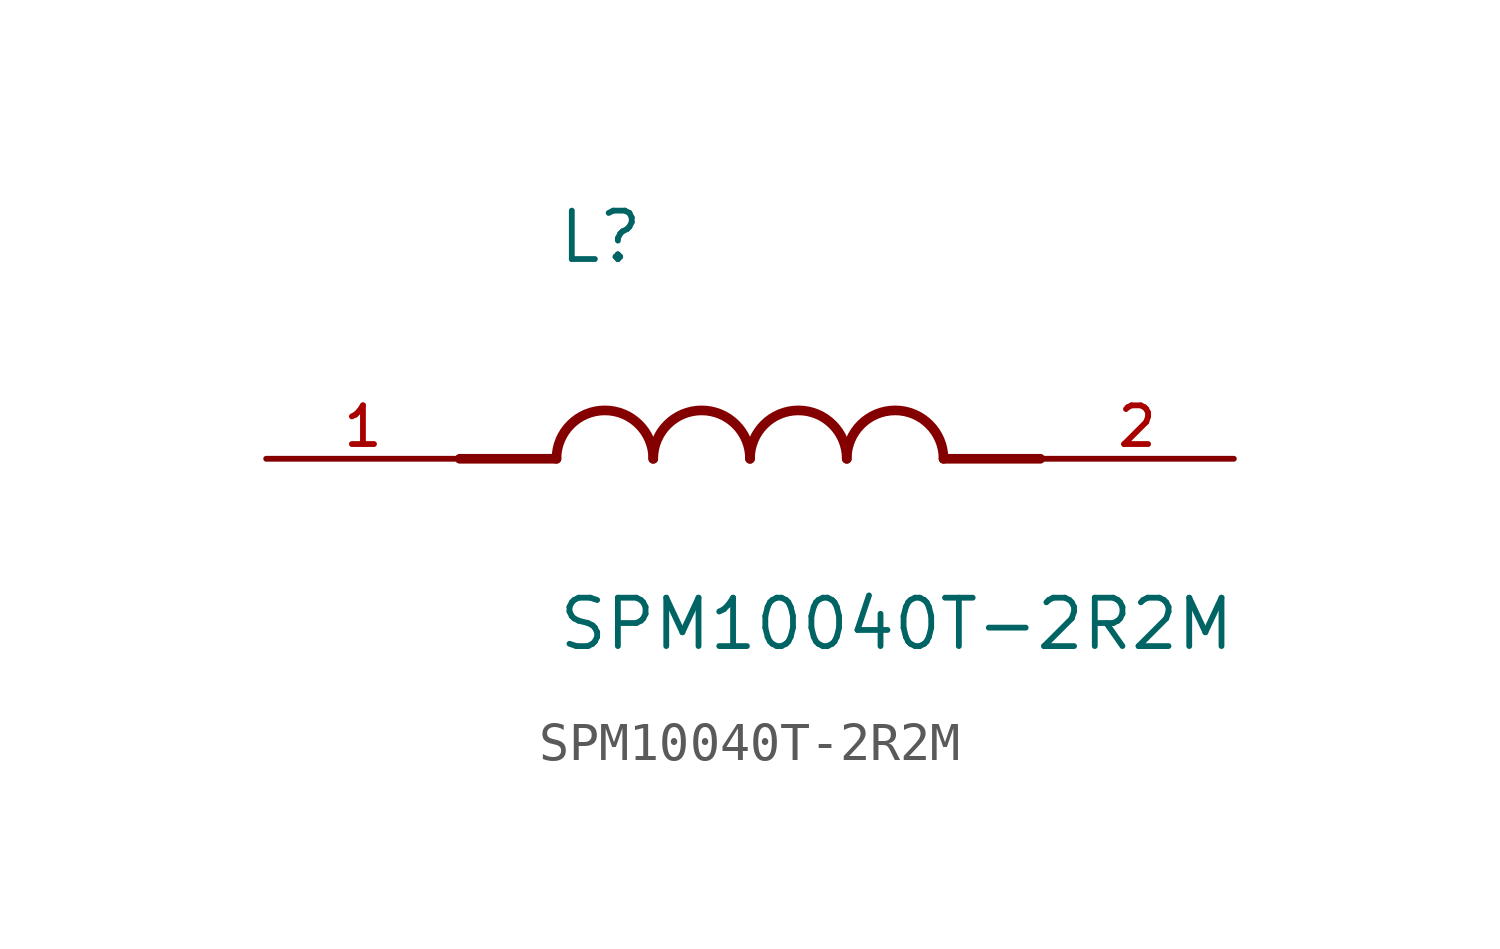
<source format=kicad_sym>
(kicad_symbol_lib
  (version 20211014)
  (generator kicad_symbol_editor)
  (symbol "SPM10040T-2R2M"
    (pin_names
      (offset 1.016))
    (property "Reference" "L"
      (at -5.08 5.08 0)
      (effects (font (size 1.27 1.27)) (justify bottom left)))
    (property "Value" "SPM10040T-2R2M"
      (at -5.08 -5.08 0)
      (effects (font (size 1.27 1.27)) (justify bottom left)))
    (symbol "SPM10040T-2R2M_0_0"
      (polyline (pts (xy -5.08 0.0) (xy -7.62 0.0)) (stroke (width 0.254)))
      (polyline (pts (xy 5.08 0.0) (xy 7.62 0.0)) (stroke (width 0.254)))
      (arc (start -2.54 0.0) (mid -3.81 1.27) (end -5.08 0.0) (stroke (width 0.254) (type default) (color 0 0 0 0)) (fill (type none)))
      (arc (start 0.0 0.0) (mid -1.27 1.27) (end -2.54 0.0) (stroke (width 0.254) (type default) (color 0 0 0 0)) (fill (type none)))
      (arc (start 2.54 0.0) (mid 1.27 1.27) (end 0.0 0.0) (stroke (width 0.254) (type default) (color 0 0 0 0)) (fill (type none)))
      (arc (start 5.08 0.0) (mid 3.81 1.27) (end 2.54 0.0) (stroke (width 0.254) (type default) (color 0 0 0 0)) (fill (type none)))
      (pin passive line (at -12.7 0.0 0) (length 5.08) (name "~" (effects (font (size 1.016 1.016)))) (number "1" (effects (font (size 1.016 1.016)))))
      (pin passive line (at 12.7 0.0 180.0) (length 5.08) (name "~" (effects (font (size 1.016 1.016)))) (number "2" (effects (font (size 1.016 1.016))))))))
</source>
